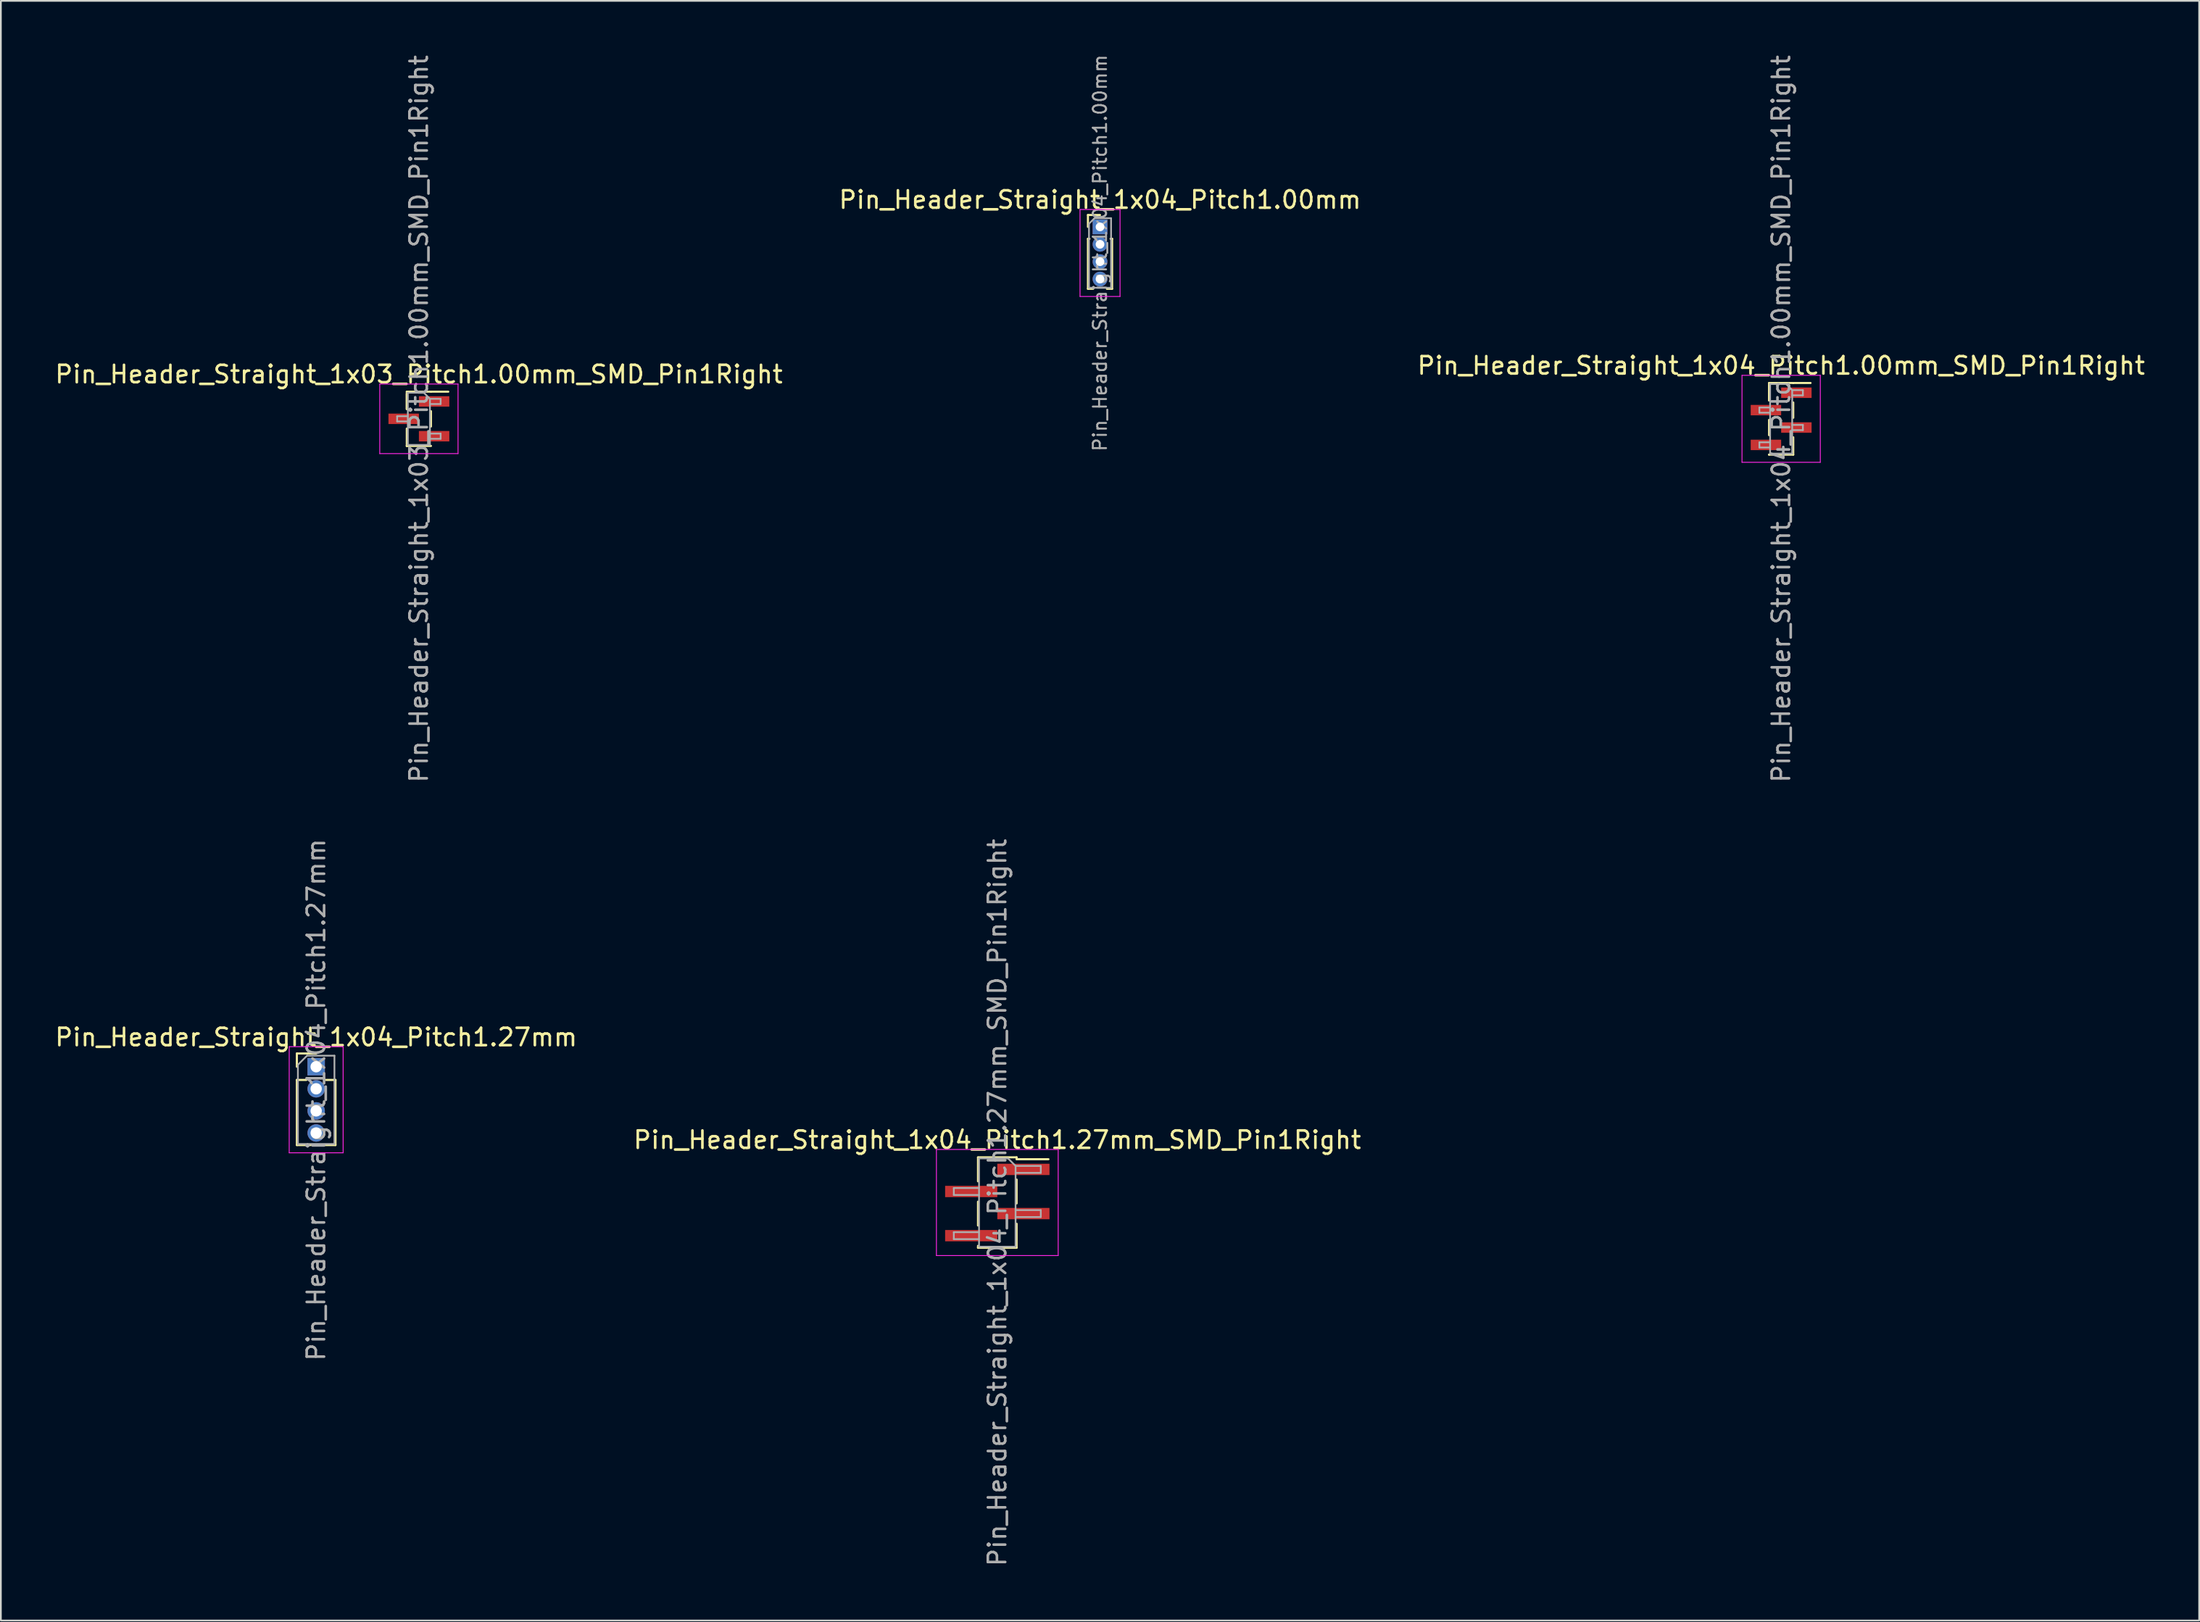
<source format=kicad_pcb>
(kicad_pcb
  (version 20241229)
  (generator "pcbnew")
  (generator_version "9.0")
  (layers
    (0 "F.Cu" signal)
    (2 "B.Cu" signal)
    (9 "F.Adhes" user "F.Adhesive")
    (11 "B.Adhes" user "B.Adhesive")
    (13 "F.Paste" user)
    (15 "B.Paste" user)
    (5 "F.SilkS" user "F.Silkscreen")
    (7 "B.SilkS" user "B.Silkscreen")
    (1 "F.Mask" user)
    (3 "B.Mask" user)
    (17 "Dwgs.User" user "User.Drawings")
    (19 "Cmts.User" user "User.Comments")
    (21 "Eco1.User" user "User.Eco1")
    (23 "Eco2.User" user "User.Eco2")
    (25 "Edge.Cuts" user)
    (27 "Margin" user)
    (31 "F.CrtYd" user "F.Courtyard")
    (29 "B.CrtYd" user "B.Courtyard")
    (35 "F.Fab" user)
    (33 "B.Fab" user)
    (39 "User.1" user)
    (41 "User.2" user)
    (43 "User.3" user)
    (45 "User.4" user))
  (footprint "Pin_Header_Straight_1x04_Pitch1.00mm_SMD_Pin1Right"
    (layer "F.Cu")
    (at 99.339 21.03)
    (property "Reference" "Pin_Header_Straight_1x04_Pitch1.00mm_SMD_Pin1Right" (at 0 -3.06 0) (layer "F.SilkS") (effects (font (size 1 1) (thickness 0.15))))
    (attr smd)
    (fp_line (start -0.695 -2.06) (end -0.695 -1.06) (stroke (width 0.12) (type solid)) (layer "F.SilkS"))
    (fp_line (start -0.695 -2.06) (end 0.695 -2.06) (stroke (width 0.12) (type solid)) (layer "F.SilkS"))
    (fp_line (start -0.695 -1.94) (end -0.695 -1.06) (stroke (width 0.12) (type solid)) (layer "F.SilkS"))
    (fp_line (start -0.695 0.06) (end -0.695 0.94) (stroke (width 0.12) (type solid)) (layer "F.SilkS"))
    (fp_line (start -0.695 2.06) (end -0.695 2.06) (stroke (width 0.12) (type solid)) (layer "F.SilkS"))
    (fp_line (start -0.695 2.06) (end 0.695 2.06) (stroke (width 0.12) (type solid)) (layer "F.SilkS"))
    (fp_line (start 0.695 -2.06) (end 0.695 -2.06) (stroke (width 0.12) (type solid)) (layer "F.SilkS"))
    (fp_line (start 0.695 -2.06) (end 1.69 -2.06) (stroke (width 0.12) (type solid)) (layer "F.SilkS"))
    (fp_line (start 0.695 -0.94) (end 0.695 -0.06) (stroke (width 0.12) (type solid)) (layer "F.SilkS"))
    (fp_line (start 0.695 1.06) (end 0.695 2.06) (stroke (width 0.12) (type solid)) (layer "F.SilkS"))
    (fp_line (start -2.25 -2.5) (end -2.25 2.5) (stroke (width 0.05) (type solid)) (layer "F.CrtYd"))
    (fp_line (start -2.25 2.5) (end 2.25 2.5) (stroke (width 0.05) (type solid)) (layer "F.CrtYd"))
    (fp_line (start 2.25 -2.5) (end -2.25 -2.5) (stroke (width 0.05) (type solid)) (layer "F.CrtYd"))
    (fp_line (start 2.25 2.5) (end 2.25 -2.5) (stroke (width 0.05) (type solid)) (layer "F.CrtYd"))
    (fp_line (start -1.25 -0.65) (end -1.25 -0.35) (stroke (width 0.1) (type solid)) (layer "F.Fab"))
    (fp_line (start -1.25 -0.35) (end -0.635 -0.35) (stroke (width 0.1) (type solid)) (layer "F.Fab"))
    (fp_line (start -1.25 1.35) (end -1.25 1.65) (stroke (width 0.1) (type solid)) (layer "F.Fab"))
    (fp_line (start -1.25 1.65) (end -0.635 1.65) (stroke (width 0.1) (type solid)) (layer "F.Fab"))
    (fp_line (start -0.635 -2) (end -0.635 2) (stroke (width 0.1) (type solid)) (layer "F.Fab"))
    (fp_line (start -0.635 -2) (end 0.285 -2) (stroke (width 0.1) (type solid)) (layer "F.Fab"))
    (fp_line (start -0.635 -0.65) (end -1.25 -0.65) (stroke (width 0.1) (type solid)) (layer "F.Fab"))
    (fp_line (start -0.635 1.35) (end -1.25 1.35) (stroke (width 0.1) (type solid)) (layer "F.Fab"))
    (fp_line (start 0.635 -1.65) (end 0.285 -2) (stroke (width 0.1) (type solid)) (layer "F.Fab"))
    (fp_line (start 0.635 -1.65) (end 1.25 -1.65) (stroke (width 0.1) (type solid)) (layer "F.Fab"))
    (fp_line (start 0.635 0.35) (end 1.25 0.35) (stroke (width 0.1) (type solid)) (layer "F.Fab"))
    (fp_line (start 0.635 2) (end -0.635 2) (stroke (width 0.1) (type solid)) (layer "F.Fab"))
    (fp_line (start 0.635 2) (end 0.635 -1.65) (stroke (width 0.1) (type solid)) (layer "F.Fab"))
    (fp_line (start 1.25 -1.65) (end 1.25 -1.35) (stroke (width 0.1) (type solid)) (layer "F.Fab"))
    (fp_line (start 1.25 -1.35) (end 0.635 -1.35) (stroke (width 0.1) (type solid)) (layer "F.Fab"))
    (fp_line (start 1.25 0.35) (end 1.25 0.65) (stroke (width 0.1) (type solid)) (layer "F.Fab"))
    (fp_line (start 1.25 0.65) (end 0.635 0.65) (stroke (width 0.1) (type solid)) (layer "F.Fab"))
    (fp_text user "${REFERENCE}" (at 0 0 90) (layer "F.Fab") (effects (font (size 1 1) (thickness 0.15))))
    (pad "1" smd rect (at 0.875 -1.5) (size 1.75 0.6) (layers "F.Cu" "F.Mask" "F.Paste"))
    (pad "2" smd rect (at -0.875 -0.5) (size 1.75 0.6) (layers "F.Cu" "F.Mask" "F.Paste"))
    (pad "3" smd rect (at 0.875 0.5) (size 1.75 0.6) (layers "F.Cu" "F.Mask" "F.Paste"))
    (pad "4" smd rect (at -0.875 1.5) (size 1.75 0.6) (layers "F.Cu" "F.Mask" "F.Paste")))
  (footprint "Pin_Header_Straight_1x03_Pitch1.00mm_SMD_Pin1Right"
    (layer "F.Cu")
    (at 21.03 21.03)
    (property "Reference" "Pin_Header_Straight_1x03_Pitch1.00mm_SMD_Pin1Right" (at 0 -2.56 0) (layer "F.SilkS") (effects (font (size 1 1) (thickness 0.15))))
    (attr smd)
    (fp_line (start -0.695 -1.56) (end -0.695 -0.56) (stroke (width 0.12) (type solid)) (layer "F.SilkS"))
    (fp_line (start -0.695 -1.56) (end 0.695 -1.56) (stroke (width 0.12) (type solid)) (layer "F.SilkS"))
    (fp_line (start -0.695 -1.44) (end -0.695 -0.56) (stroke (width 0.12) (type solid)) (layer "F.SilkS"))
    (fp_line (start -0.695 0.56) (end -0.695 1.56) (stroke (width 0.12) (type solid)) (layer "F.SilkS"))
    (fp_line (start -0.695 1.56) (end -0.695 1.56) (stroke (width 0.12) (type solid)) (layer "F.SilkS"))
    (fp_line (start -0.695 1.56) (end 0.695 1.56) (stroke (width 0.12) (type solid)) (layer "F.SilkS"))
    (fp_line (start 0.695 -1.56) (end 0.695 -1.56) (stroke (width 0.12) (type solid)) (layer "F.SilkS"))
    (fp_line (start 0.695 -1.56) (end 1.69 -1.56) (stroke (width 0.12) (type solid)) (layer "F.SilkS"))
    (fp_line (start 0.695 -0.44) (end 0.695 0.44) (stroke (width 0.12) (type solid)) (layer "F.SilkS"))
    (fp_line (start -2.25 -2) (end -2.25 2) (stroke (width 0.05) (type solid)) (layer "F.CrtYd"))
    (fp_line (start -2.25 2) (end 2.25 2) (stroke (width 0.05) (type solid)) (layer "F.CrtYd"))
    (fp_line (start 2.25 -2) (end -2.25 -2) (stroke (width 0.05) (type solid)) (layer "F.CrtYd"))
    (fp_line (start 2.25 2) (end 2.25 -2) (stroke (width 0.05) (type solid)) (layer "F.CrtYd"))
    (fp_line (start -1.25 -0.15) (end -1.25 0.15) (stroke (width 0.1) (type solid)) (layer "F.Fab"))
    (fp_line (start -1.25 0.15) (end -0.635 0.15) (stroke (width 0.1) (type solid)) (layer "F.Fab"))
    (fp_line (start -0.635 -1.5) (end -0.635 1.5) (stroke (width 0.1) (type solid)) (layer "F.Fab"))
    (fp_line (start -0.635 -1.5) (end 0.285 -1.5) (stroke (width 0.1) (type solid)) (layer "F.Fab"))
    (fp_line (start -0.635 -0.15) (end -1.25 -0.15) (stroke (width 0.1) (type solid)) (layer "F.Fab"))
    (fp_line (start 0.635 -1.15) (end 0.285 -1.5) (stroke (width 0.1) (type solid)) (layer "F.Fab"))
    (fp_line (start 0.635 -1.15) (end 1.25 -1.15) (stroke (width 0.1) (type solid)) (layer "F.Fab"))
    (fp_line (start 0.635 0.85) (end 1.25 0.85) (stroke (width 0.1) (type solid)) (layer "F.Fab"))
    (fp_line (start 0.635 1.5) (end -0.635 1.5) (stroke (width 0.1) (type solid)) (layer "F.Fab"))
    (fp_line (start 0.635 1.5) (end 0.635 -1.15) (stroke (width 0.1) (type solid)) (layer "F.Fab"))
    (fp_line (start 1.25 -1.15) (end 1.25 -0.85) (stroke (width 0.1) (type solid)) (layer "F.Fab"))
    (fp_line (start 1.25 -0.85) (end 0.635 -0.85) (stroke (width 0.1) (type solid)) (layer "F.Fab"))
    (fp_line (start 1.25 0.85) (end 1.25 1.15) (stroke (width 0.1) (type solid)) (layer "F.Fab"))
    (fp_line (start 1.25 1.15) (end 0.635 1.15) (stroke (width 0.1) (type solid)) (layer "F.Fab"))
    (fp_text user "${REFERENCE}" (at 0 0 90) (layer "F.Fab") (effects (font (size 1 1) (thickness 0.15))))
    (pad "1" smd rect (at 0.875 -1) (size 1.75 0.6) (layers "F.Cu" "F.Mask" "F.Paste"))
    (pad "2" smd rect (at -0.875 0) (size 1.75 0.6) (layers "F.Cu" "F.Mask" "F.Paste"))
    (pad "3" smd rect (at 0.875 1) (size 1.75 0.6) (layers "F.Cu" "F.Mask" "F.Paste")))
  (footprint "Pin_Header_Straight_1x04_Pitch1.27mm"
    (layer "F.Cu")
    (at 15.125 58.28)
    (property "Reference" "Pin_Header_Straight_1x04_Pitch1.27mm" (at 0 -1.695 0) (layer "F.SilkS") (effects (font (size 1 1) (thickness 0.15))))
    (attr through_hole)
    (fp_line (start -1.11 -0.76) (end 0 -0.76) (stroke (width 0.12) (type solid)) (layer "F.SilkS"))
    (fp_line (start -1.11 0) (end -1.11 -0.76) (stroke (width 0.12) (type solid)) (layer "F.SilkS"))
    (fp_line (start -1.11 0.76) (end -1.11 4.505) (stroke (width 0.12) (type solid)) (layer "F.SilkS"))
    (fp_line (start -1.11 0.76) (end -0.563 0.76) (stroke (width 0.12) (type solid)) (layer "F.SilkS"))
    (fp_line (start -1.11 4.505) (end -0.308 4.505) (stroke (width 0.12) (type solid)) (layer "F.SilkS"))
    (fp_line (start 0.308 4.505) (end 1.11 4.505) (stroke (width 0.12) (type solid)) (layer "F.SilkS"))
    (fp_line (start 0.563 0.76) (end 1.11 0.76) (stroke (width 0.12) (type solid)) (layer "F.SilkS"))
    (fp_line (start 1.11 0.76) (end 1.11 4.505) (stroke (width 0.12) (type solid)) (layer "F.SilkS"))
    (fp_line (start -1.55 -1.15) (end -1.55 4.95) (stroke (width 0.05) (type solid)) (layer "F.CrtYd"))
    (fp_line (start -1.55 4.95) (end 1.55 4.95) (stroke (width 0.05) (type solid)) (layer "F.CrtYd"))
    (fp_line (start 1.55 -1.15) (end -1.55 -1.15) (stroke (width 0.05) (type solid)) (layer "F.CrtYd"))
    (fp_line (start 1.55 4.95) (end 1.55 -1.15) (stroke (width 0.05) (type solid)) (layer "F.CrtYd"))
    (fp_line (start -1.05 -0.11) (end -0.525 -0.635) (stroke (width 0.1) (type solid)) (layer "F.Fab"))
    (fp_line (start -1.05 4.445) (end -1.05 -0.11) (stroke (width 0.1) (type solid)) (layer "F.Fab"))
    (fp_line (start -0.525 -0.635) (end 1.05 -0.635) (stroke (width 0.1) (type solid)) (layer "F.Fab"))
    (fp_line (start 1.05 -0.635) (end 1.05 4.445) (stroke (width 0.1) (type solid)) (layer "F.Fab"))
    (fp_line (start 1.05 4.445) (end -1.05 4.445) (stroke (width 0.1) (type solid)) (layer "F.Fab"))
    (fp_text user "${REFERENCE}" (at 0 1.905 90) (layer "F.Fab") (effects (font (size 1 1) (thickness 0.15))))
    (pad "1" thru_hole rect (at 0 0) (size 1 1) (drill 0.65) (layers "*.Cu" "*.Mask"))
    (pad "2" thru_hole oval (at 0 1.27) (size 1 1) (drill 0.65) (layers "*.Cu" "*.Mask"))
    (pad "3" thru_hole oval (at 0 2.54) (size 1 1) (drill 0.65) (layers "*.Cu" "*.Mask"))
    (pad "4" thru_hole oval (at 0 3.81) (size 1 1) (drill 0.65) (layers "*.Cu" "*.Mask")))
  (footprint "Pin_Header_Straight_1x04_Pitch1.00mm"
    (layer "F.Cu")
    (at 60.185 9.995)
    (property "Reference" "Pin_Header_Straight_1x04_Pitch1.00mm" (at 0 -1.56 0) (layer "F.SilkS") (effects (font (size 1 1) (thickness 0.15))))
    (attr through_hole)
    (fp_line (start -0.695 -0.685) (end 0 -0.685) (stroke (width 0.12) (type solid)) (layer "F.SilkS"))
    (fp_line (start -0.695 0) (end -0.695 -0.685) (stroke (width 0.12) (type solid)) (layer "F.SilkS"))
    (fp_line (start -0.695 0.685) (end -0.695 3.56) (stroke (width 0.12) (type solid)) (layer "F.SilkS"))
    (fp_line (start -0.695 0.685) (end -0.608 0.685) (stroke (width 0.12) (type solid)) (layer "F.SilkS"))
    (fp_line (start -0.695 3.56) (end -0.394 3.56) (stroke (width 0.12) (type solid)) (layer "F.SilkS"))
    (fp_line (start 0.394 3.56) (end 0.695 3.56) (stroke (width 0.12) (type solid)) (layer "F.SilkS"))
    (fp_line (start 0.608 0.685) (end 0.695 0.685) (stroke (width 0.12) (type solid)) (layer "F.SilkS"))
    (fp_line (start 0.695 0.685) (end 0.695 3.56) (stroke (width 0.12) (type solid)) (layer "F.SilkS"))
    (fp_line (start -1.15 -1) (end -1.15 4) (stroke (width 0.05) (type solid)) (layer "F.CrtYd"))
    (fp_line (start -1.15 4) (end 1.15 4) (stroke (width 0.05) (type solid)) (layer "F.CrtYd"))
    (fp_line (start 1.15 -1) (end -1.15 -1) (stroke (width 0.05) (type solid)) (layer "F.CrtYd"))
    (fp_line (start 1.15 4) (end 1.15 -1) (stroke (width 0.05) (type solid)) (layer "F.CrtYd"))
    (fp_line (start -0.635 -0.182) (end -0.318 -0.5) (stroke (width 0.1) (type solid)) (layer "F.Fab"))
    (fp_line (start -0.635 3.5) (end -0.635 -0.182) (stroke (width 0.1) (type solid)) (layer "F.Fab"))
    (fp_line (start -0.318 -0.5) (end 0.635 -0.5) (stroke (width 0.1) (type solid)) (layer "F.Fab"))
    (fp_line (start 0.635 -0.5) (end 0.635 3.5) (stroke (width 0.1) (type solid)) (layer "F.Fab"))
    (fp_line (start 0.635 3.5) (end -0.635 3.5) (stroke (width 0.1) (type solid)) (layer "F.Fab"))
    (fp_text user "${REFERENCE}" (at 0 1.5 90) (layer "F.Fab") (effects (font (size 0.76 0.76) (thickness 0.114))))
    (pad "1" thru_hole rect (at 0 0) (size 0.85 0.85) (drill 0.5) (layers "*.Cu" "*.Mask"))
    (pad "2" thru_hole oval (at 0 1) (size 0.85 0.85) (drill 0.5) (layers "*.Cu" "*.Mask"))
    (pad "3" thru_hole oval (at 0 2) (size 0.85 0.85) (drill 0.5) (layers "*.Cu" "*.Mask"))
    (pad "4" thru_hole oval (at 0 3) (size 0.85 0.85) (drill 0.5) (layers "*.Cu" "*.Mask")))
  (footprint "Pin_Header_Straight_1x04_Pitch1.27mm_SMD_Pin1Right"
    (layer "F.Cu")
    (at 54.28 66.089)
    (property "Reference" "Pin_Header_Straight_1x04_Pitch1.27mm_SMD_Pin1Right" (at 0 -3.6 0) (layer "F.SilkS") (effects (font (size 1 1) (thickness 0.15))))
    (attr smd)
    (fp_line (start -1.11 -2.6) (end 1.11 -2.6) (stroke (width 0.12) (type solid)) (layer "F.SilkS"))
    (fp_line (start -1.11 -2.59) (end -1.11 -1.22) (stroke (width 0.12) (type solid)) (layer "F.SilkS"))
    (fp_line (start -1.11 -0.05) (end -1.11 1.32) (stroke (width 0.12) (type solid)) (layer "F.SilkS"))
    (fp_line (start -1.11 2.49) (end -1.11 2.6) (stroke (width 0.12) (type solid)) (layer "F.SilkS"))
    (fp_line (start -1.11 2.6) (end 1.11 2.6) (stroke (width 0.12) (type solid)) (layer "F.SilkS"))
    (fp_line (start 1.11 -2.6) (end 1.11 -2.49) (stroke (width 0.12) (type solid)) (layer "F.SilkS"))
    (fp_line (start 1.11 -2.49) (end 2.94 -2.49) (stroke (width 0.12) (type solid)) (layer "F.SilkS"))
    (fp_line (start 1.11 -1.32) (end 1.11 0.05) (stroke (width 0.12) (type solid)) (layer "F.SilkS"))
    (fp_line (start 1.11 1.22) (end 1.11 2.59) (stroke (width 0.12) (type solid)) (layer "F.SilkS"))
    (fp_line (start -3.5 -3.05) (end -3.5 3.05) (stroke (width 0.05) (type solid)) (layer "F.CrtYd"))
    (fp_line (start -3.5 3.05) (end 3.5 3.05) (stroke (width 0.05) (type solid)) (layer "F.CrtYd"))
    (fp_line (start 3.5 -3.05) (end -3.5 -3.05) (stroke (width 0.05) (type solid)) (layer "F.CrtYd"))
    (fp_line (start 3.5 3.05) (end 3.5 -3.05) (stroke (width 0.05) (type solid)) (layer "F.CrtYd"))
    (fp_line (start -2.5 -0.835) (end -2.5 -0.435) (stroke (width 0.1) (type solid)) (layer "F.Fab"))
    (fp_line (start -2.5 -0.435) (end -1.05 -0.435) (stroke (width 0.1) (type solid)) (layer "F.Fab"))
    (fp_line (start -2.5 1.705) (end -2.5 2.105) (stroke (width 0.1) (type solid)) (layer "F.Fab"))
    (fp_line (start -2.5 2.105) (end -1.05 2.105) (stroke (width 0.1) (type solid)) (layer "F.Fab"))
    (fp_line (start -1.05 -2.54) (end -1.05 2.54) (stroke (width 0.1) (type solid)) (layer "F.Fab"))
    (fp_line (start -1.05 -2.54) (end 0.615 -2.54) (stroke (width 0.1) (type solid)) (layer "F.Fab"))
    (fp_line (start -1.05 -0.835) (end -2.5 -0.835) (stroke (width 0.1) (type solid)) (layer "F.Fab"))
    (fp_line (start -1.05 1.705) (end -2.5 1.705) (stroke (width 0.1) (type solid)) (layer "F.Fab"))
    (fp_line (start 1.05 -2.105) (end 0.615 -2.54) (stroke (width 0.1) (type solid)) (layer "F.Fab"))
    (fp_line (start 1.05 -2.105) (end 2.5 -2.105) (stroke (width 0.1) (type solid)) (layer "F.Fab"))
    (fp_line (start 1.05 0.435) (end 2.5 0.435) (stroke (width 0.1) (type solid)) (layer "F.Fab"))
    (fp_line (start 1.05 2.54) (end -1.05 2.54) (stroke (width 0.1) (type solid)) (layer "F.Fab"))
    (fp_line (start 1.05 2.54) (end 1.05 -2.105) (stroke (width 0.1) (type solid)) (layer "F.Fab"))
    (fp_line (start 2.5 -2.105) (end 2.5 -1.705) (stroke (width 0.1) (type solid)) (layer "F.Fab"))
    (fp_line (start 2.5 -1.705) (end 1.05 -1.705) (stroke (width 0.1) (type solid)) (layer "F.Fab"))
    (fp_line (start 2.5 0.435) (end 2.5 0.835) (stroke (width 0.1) (type solid)) (layer "F.Fab"))
    (fp_line (start 2.5 0.835) (end 1.05 0.835) (stroke (width 0.1) (type solid)) (layer "F.Fab"))
    (fp_text user "${REFERENCE}" (at 0 0 90) (layer "F.Fab") (effects (font (size 1 1) (thickness 0.15))))
    (pad "1" smd rect (at 1.5 -1.905) (size 3 0.65) (layers "F.Cu" "F.Mask" "F.Paste"))
    (pad "2" smd rect (at -1.5 -0.635) (size 3 0.65) (layers "F.Cu" "F.Mask" "F.Paste"))
    (pad "3" smd rect (at 1.5 0.635) (size 3 0.65) (layers "F.Cu" "F.Mask" "F.Paste"))
    (pad "4" smd rect (at -1.5 1.905) (size 3 0.65) (layers "F.Cu" "F.Mask" "F.Paste")))
  (gr_rect
    (start -3 -3)
    (end 123.369 90.119)
    (stroke (width 0.1) (type default))
    (fill no)
    (layer "Edge.Cuts")))
</source>
